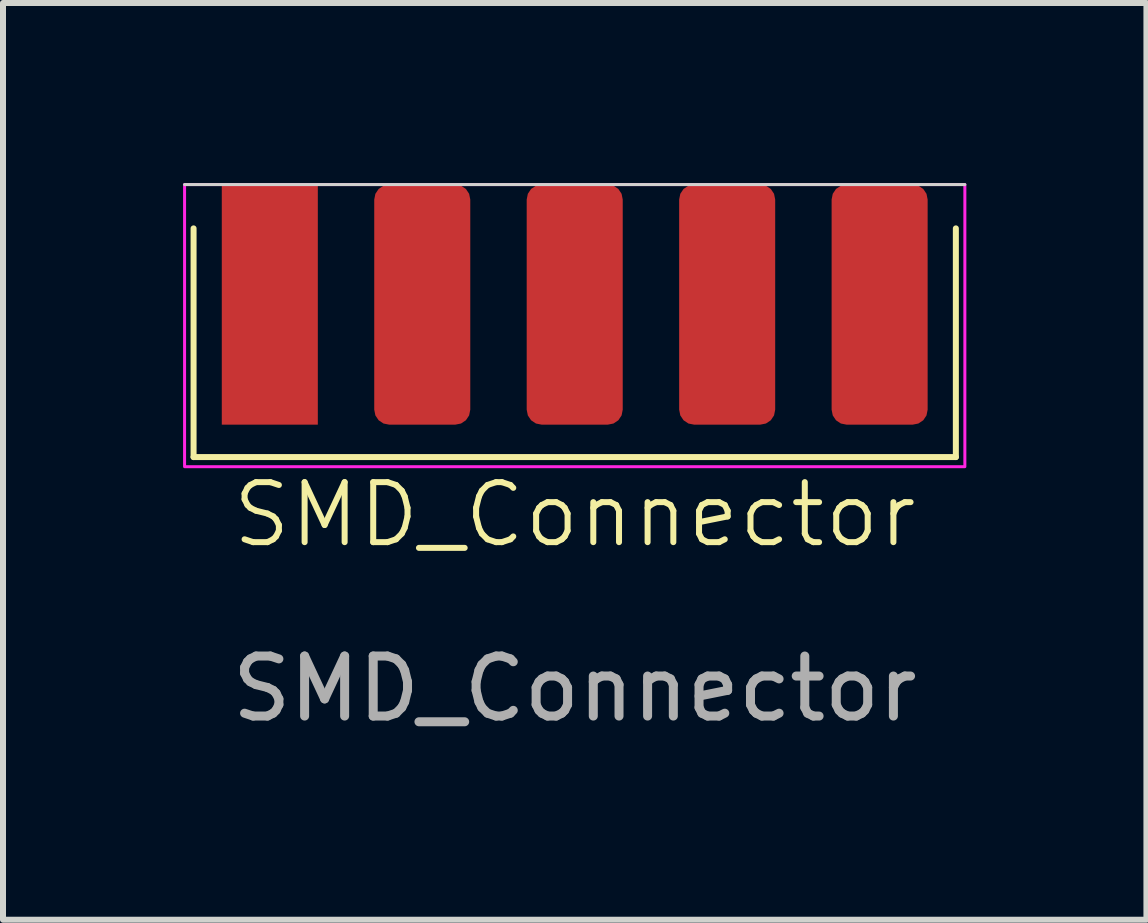
<source format=kicad_pcb>
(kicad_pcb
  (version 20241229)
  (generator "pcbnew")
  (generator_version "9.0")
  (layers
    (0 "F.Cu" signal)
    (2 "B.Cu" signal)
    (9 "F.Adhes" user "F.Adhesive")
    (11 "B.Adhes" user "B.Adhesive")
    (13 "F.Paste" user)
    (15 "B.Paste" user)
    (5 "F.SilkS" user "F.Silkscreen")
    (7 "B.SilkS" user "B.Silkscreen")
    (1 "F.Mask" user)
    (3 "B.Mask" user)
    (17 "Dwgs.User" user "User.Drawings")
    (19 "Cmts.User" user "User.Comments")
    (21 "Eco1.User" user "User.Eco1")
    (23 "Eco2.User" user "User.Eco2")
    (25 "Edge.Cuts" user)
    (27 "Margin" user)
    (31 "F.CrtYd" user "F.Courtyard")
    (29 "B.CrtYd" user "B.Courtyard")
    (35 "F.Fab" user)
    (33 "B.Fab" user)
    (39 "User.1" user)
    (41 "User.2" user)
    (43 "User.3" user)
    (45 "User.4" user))
  (footprint "SMD_Connector"
    (layer "F.Cu")
    (at 6.525 2.025)
    (property "Reference" "SMD_Connector" (at 0 3.5 0) (unlocked yes) (layer "F.SilkS") (effects (font (size 1 1) (thickness 0.1))))
    (attr smd)
    (fp_line (start -6.35 2.54) (end -6.35 -1.27) (stroke (width 0.1) (type default)) (layer "F.SilkS"))
    (fp_line (start 6.35 -1.27) (end 6.35 2.54) (stroke (width 0.1) (type default)) (layer "F.SilkS"))
    (fp_line (start 6.35 2.54) (end -6.35 2.54) (stroke (width 0.1) (type default)) (layer "F.SilkS"))
    (fp_line (start 6.5 -2) (end -6.5 -2) (stroke (width 0.05) (type default)) (layer "Edge.Cuts"))
    (fp_rect (start -6.5 -2) (end 6.5 2.7) (stroke (width 0.05) (type default)) (fill no) (layer "F.CrtYd"))
    (fp_text user "${REFERENCE}" (at 0 6.4 0) (unlocked yes) (layer "F.Fab") (effects (font (size 1 1) (thickness 0.15))))
    (pad "1" smd rect (at -5.08 0 90) (size 4 1.6) (layers "F.Cu" "F.Mask" "F.Paste"))
    (pad "2" smd roundrect (at -2.54 0 90) (size 4 1.6) (layers "F.Cu" "F.Mask" "F.Paste") (roundrect_rratio 0.156))
    (pad "3" smd roundrect (at 0 0 90) (size 4 1.6) (layers "F.Cu" "F.Mask" "F.Paste") (roundrect_rratio 0.156))
    (pad "4" smd roundrect (at 2.54 0 90) (size 4 1.6) (layers "F.Cu" "F.Mask" "F.Paste") (roundrect_rratio 0.156))
    (pad "5" smd roundrect (at 5.08 0 90) (size 4 1.6) (layers "F.Cu" "F.Mask" "F.Paste") (roundrect_rratio 0.156)))
  (gr_rect
    (start -3 -3)
    (end 16.05 12.273)
    (stroke (width 0.1) (type default))
    (fill no)
    (layer "Edge.Cuts")))
</source>
